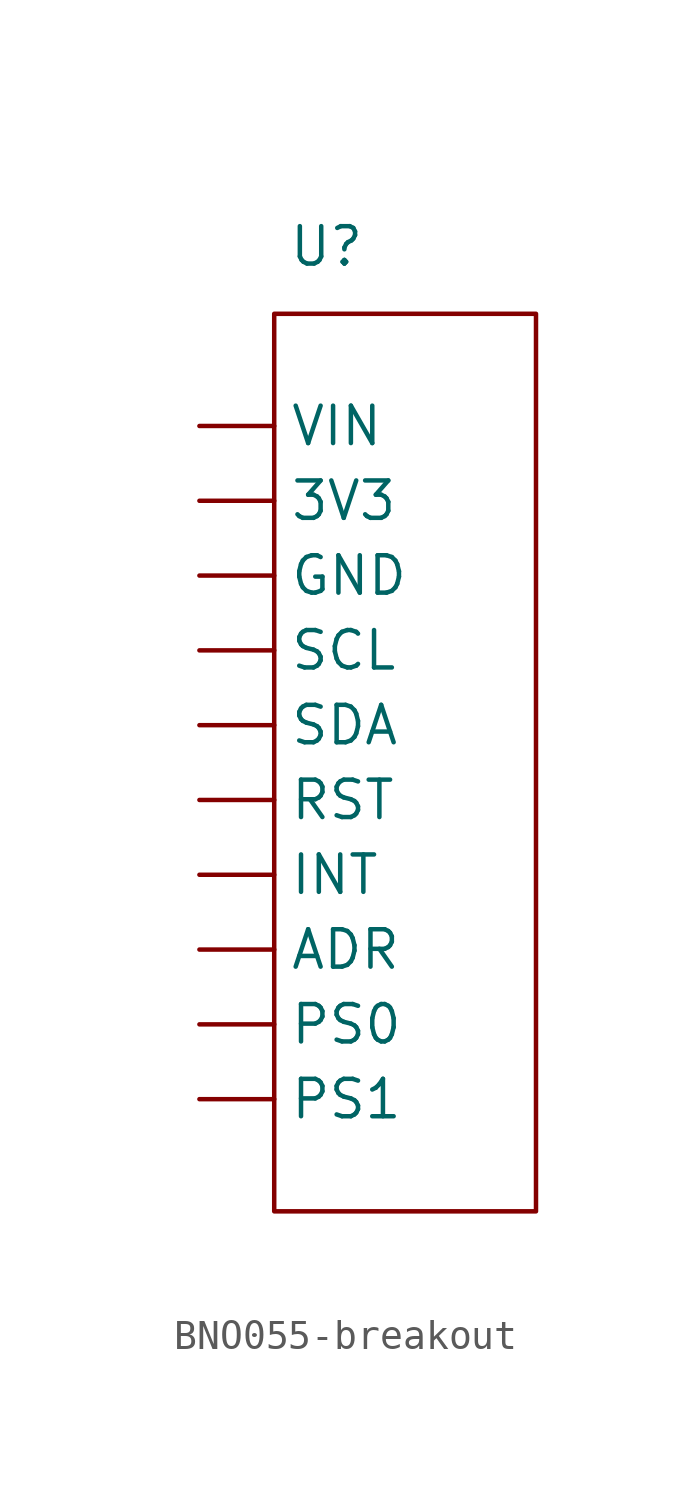
<source format=kicad_sym>
(kicad_symbol_lib
  (version 20241209)
  (generator "kicad_symbol_editor")
  (generator_version "9.0")
  (symbol "BNO055-breakout"
    (property "Reference" "U"
      (at 5.588 7.366 0)
      (effects (font (size 1.27 1.27))))
    (property "Value" ""
      (at 0 0 0)
      (effects (font (size 1.27 1.27))))
    (symbol "BNO055-breakout_0_1"
      (rectangle (start 3.81 5.08) (end 12.7 -25.4) (stroke (width 0) (type default)) (fill (type none))))
    (symbol "BNO055-breakout_1_1"
      (pin power_in line (at 1.27 1.27 0) (length 2.54) (name "VIN" (effects (font (size 1.27 1.27)))) (number "" (effects (font (size 1.27 1.27)))))
      (pin power_in line (at 1.27 -1.27 0) (length 2.54) (name "3V3" (effects (font (size 1.27 1.27)))) (number "" (effects (font (size 1.27 1.27)))))
      (pin power_in line (at 1.27 -3.81 0) (length 2.54) (name "GND" (effects (font (size 1.27 1.27)))) (number "" (effects (font (size 1.27 1.27)))))
      (pin power_in line (at 1.27 -6.35 0) (length 2.54) (name "SCL" (effects (font (size 1.27 1.27)))) (number "" (effects (font (size 1.27 1.27)))))
      (pin power_in line (at 1.27 -8.89 0) (length 2.54) (name "SDA" (effects (font (size 1.27 1.27)))) (number "" (effects (font (size 1.27 1.27)))))
      (pin power_in line (at 1.27 -11.43 0) (length 2.54) (name "RST" (effects (font (size 1.27 1.27)))) (number "" (effects (font (size 1.27 1.27)))))
      (pin power_in line (at 1.27 -13.97 0) (length 2.54) (name "INT" (effects (font (size 1.27 1.27)))) (number "" (effects (font (size 1.27 1.27)))))
      (pin power_in line (at 1.27 -16.51 0) (length 2.54) (name "ADR" (effects (font (size 1.27 1.27)))) (number "" (effects (font (size 1.27 1.27)))))
      (pin power_in line (at 1.27 -19.05 0) (length 2.54) (name "PS0" (effects (font (size 1.27 1.27)))) (number "" (effects (font (size 1.27 1.27)))))
      (pin power_in line (at 1.27 -21.59 0) (length 2.54) (name "PS1" (effects (font (size 1.27 1.27)))) (number "" (effects (font (size 1.27 1.27))))))))
</source>
